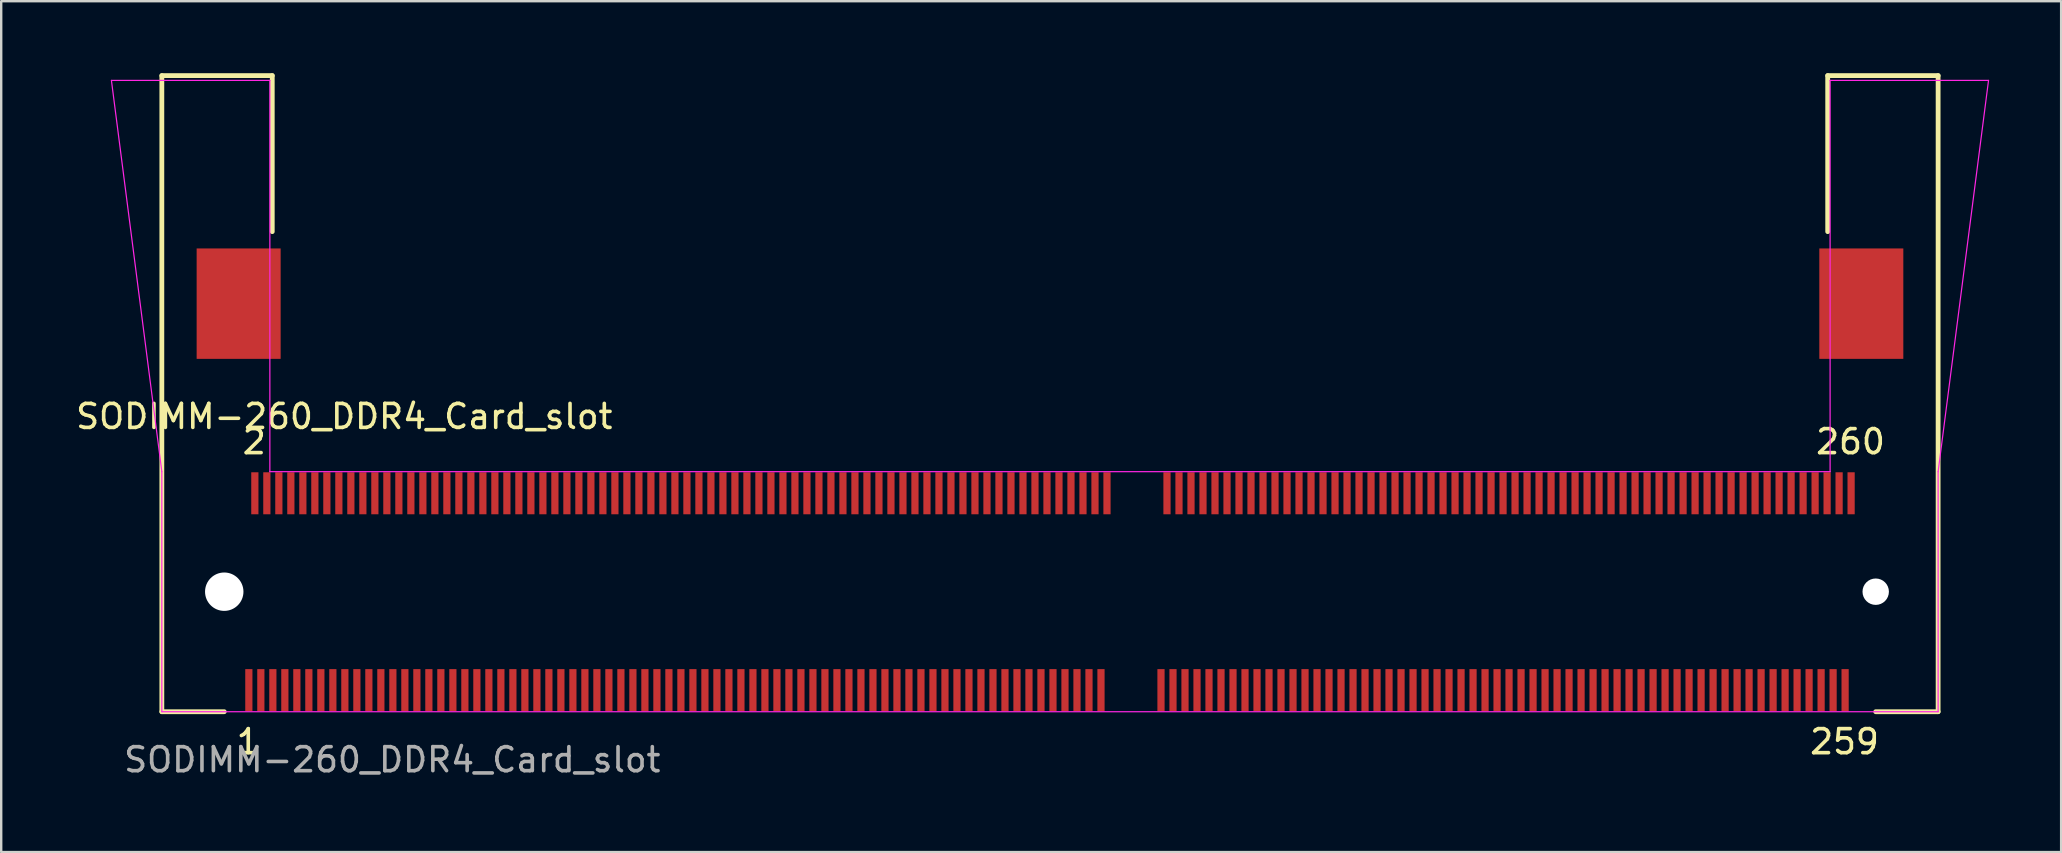
<source format=kicad_pcb>
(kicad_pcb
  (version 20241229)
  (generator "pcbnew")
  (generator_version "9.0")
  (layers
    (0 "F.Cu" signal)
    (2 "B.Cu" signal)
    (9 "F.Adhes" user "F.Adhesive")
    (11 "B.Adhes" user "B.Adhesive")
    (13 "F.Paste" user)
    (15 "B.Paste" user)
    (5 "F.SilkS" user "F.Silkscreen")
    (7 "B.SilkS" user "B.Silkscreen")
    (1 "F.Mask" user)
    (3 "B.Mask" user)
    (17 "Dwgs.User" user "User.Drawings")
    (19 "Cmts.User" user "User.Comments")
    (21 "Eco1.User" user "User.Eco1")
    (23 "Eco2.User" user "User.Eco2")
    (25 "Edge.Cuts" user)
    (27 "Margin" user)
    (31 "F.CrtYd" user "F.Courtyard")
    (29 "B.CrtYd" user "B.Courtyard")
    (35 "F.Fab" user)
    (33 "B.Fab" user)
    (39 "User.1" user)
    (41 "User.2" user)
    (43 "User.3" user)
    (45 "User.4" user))
  (footprint "SODIMM-260_DDR4_Card_slot"
    (layer "F.Cu")
    (at 6.292 21.6)
    (property "Reference" "SODIMM-260_DDR4_Card_slot" (at 5 -7.3 0) (unlocked yes) (layer "F.SilkS") (effects (font (size 1 1) (thickness 0.15))))
    (attr smd)
    (fp_line (start -2.6 -21.5) (end 2 -21.5) (stroke (width 0.2) (type default)) (layer "F.SilkS"))
    (fp_line (start -2.6 5) (end -2.6 -21.5) (stroke (width 0.2) (type default)) (layer "F.SilkS"))
    (fp_line (start 0 5) (end -2.6 5) (stroke (width 0.2) (type default)) (layer "F.SilkS"))
    (fp_line (start 2 -21.5) (end 2 -15) (stroke (width 0.2) (type default)) (layer "F.SilkS"))
    (fp_line (start 66.8 -21.5) (end 66.8 -15) (stroke (width 0.2) (type default)) (layer "F.SilkS"))
    (fp_line (start 66.8 -21.5) (end 71.4 -21.5) (stroke (width 0.2) (type default)) (layer "F.SilkS"))
    (fp_line (start 71.4 5) (end 68.8 5) (stroke (width 0.2) (type default)) (layer "F.SilkS"))
    (fp_line (start 71.4 5) (end 71.4 -21.5) (stroke (width 0.2) (type default)) (layer "F.SilkS"))
    (fp_line (start -4.7 -21.3) (end -2.6 -5) (stroke (width 0.05) (type default)) (layer "F.CrtYd"))
    (fp_line (start -2.6 -5) (end -2.6 5) (stroke (width 0.05) (type default)) (layer "F.CrtYd"))
    (fp_line (start -2.6 5) (end 71.4 5) (stroke (width 0.05) (type default)) (layer "F.CrtYd"))
    (fp_line (start 1.9 -21.3) (end -4.7 -21.3) (stroke (width 0.05) (type default)) (layer "F.CrtYd"))
    (fp_line (start 1.9 -5) (end 1.9 -21.3) (stroke (width 0.05) (type default)) (layer "F.CrtYd"))
    (fp_line (start 66.9 -21.3) (end 66.9 -5) (stroke (width 0.05) (type default)) (layer "F.CrtYd"))
    (fp_line (start 66.9 -5) (end 1.9 -5) (stroke (width 0.05) (type default)) (layer "F.CrtYd"))
    (fp_line (start 71.4 -5) (end 73.5 -21.3) (stroke (width 0.05) (type default)) (layer "F.CrtYd"))
    (fp_line (start 71.4 5) (end 71.4 -5) (stroke (width 0.05) (type default)) (layer "F.CrtYd"))
    (fp_line (start 73.5 -21.3) (end 66.9 -21.3) (stroke (width 0.05) (type default)) (layer "F.CrtYd"))
    (fp_text user "259" (at 67.5 6.25 0) (unlocked yes) (layer "F.SilkS") (effects (font (size 1 1) (thickness 0.15))))
    (fp_text user "1" (at 1 6.25 0) (unlocked yes) (layer "F.SilkS") (effects (font (size 1 1) (thickness 0.15))))
    (fp_text user "260" (at 67.75 -6.25 0) (unlocked yes) (layer "F.SilkS") (effects (font (size 1 1) (thickness 0.15))))
    (fp_text user "2" (at 1.25 -6.25 0) (unlocked yes) (layer "F.SilkS") (effects (font (size 1 1) (thickness 0.15))))
    (fp_text user "${REFERENCE}" (at 7 7 0) (unlocked yes) (layer "F.Fab") (effects (font (size 1 1) (thickness 0.15))))
    (pad "" np_thru_hole circle (at 0 0) (size 1.6 1.6) (drill 1.6) (layers "*.Cu" "*.Mask"))
    (pad "" np_thru_hole circle (at 68.8 0) (size 1.1 1.1) (drill 1.1) (layers "*.Cu" "*.Mask"))
    (pad "1" smd rect (at 1.025 4.1) (size 0.3 1.75) (layers "F.Cu" "F.Mask" "F.Paste"))
    (pad "2" smd rect (at 1.275 -4.1) (size 0.3 1.75) (layers "F.Cu" "F.Mask" "F.Paste"))
    (pad "3" smd rect (at 1.525 4.1) (size 0.3 1.75) (layers "F.Cu" "F.Mask" "F.Paste"))
    (pad "4" smd rect (at 1.775 -4.1) (size 0.3 1.75) (layers "F.Cu" "F.Mask" "F.Paste"))
    (pad "5" smd rect (at 2.025 4.1) (size 0.3 1.75) (layers "F.Cu" "F.Mask" "F.Paste"))
    (pad "6" smd rect (at 2.275 -4.1) (size 0.3 1.75) (layers "F.Cu" "F.Mask" "F.Paste"))
    (pad "7" smd rect (at 2.525 4.1) (size 0.3 1.75) (layers "F.Cu" "F.Mask" "F.Paste"))
    (pad "8" smd rect (at 2.775 -4.1) (size 0.3 1.75) (layers "F.Cu" "F.Mask" "F.Paste"))
    (pad "9" smd rect (at 3.025 4.1) (size 0.3 1.75) (layers "F.Cu" "F.Mask" "F.Paste"))
    (pad "10" smd rect (at 3.275 -4.1) (size 0.3 1.75) (layers "F.Cu" "F.Mask" "F.Paste"))
    (pad "11" smd rect (at 3.525 4.1) (size 0.3 1.75) (layers "F.Cu" "F.Mask" "F.Paste"))
    (pad "12" smd rect (at 3.775 -4.1) (size 0.3 1.75) (layers "F.Cu" "F.Mask" "F.Paste"))
    (pad "13" smd rect (at 4.025 4.1) (size 0.3 1.75) (layers "F.Cu" "F.Mask" "F.Paste"))
    (pad "14" smd rect (at 4.275 -4.1) (size 0.3 1.75) (layers "F.Cu" "F.Mask" "F.Paste"))
    (pad "15" smd rect (at 4.525 4.1) (size 0.3 1.75) (layers "F.Cu" "F.Mask" "F.Paste"))
    (pad "16" smd rect (at 4.775 -4.1) (size 0.3 1.75) (layers "F.Cu" "F.Mask" "F.Paste"))
    (pad "17" smd rect (at 5.025 4.1) (size 0.3 1.75) (layers "F.Cu" "F.Mask" "F.Paste"))
    (pad "18" smd rect (at 5.275 -4.1) (size 0.3 1.75) (layers "F.Cu" "F.Mask" "F.Paste"))
    (pad "19" smd rect (at 5.525 4.1) (size 0.3 1.75) (layers "F.Cu" "F.Mask" "F.Paste"))
    (pad "20" smd rect (at 5.775 -4.1) (size 0.3 1.75) (layers "F.Cu" "F.Mask" "F.Paste"))
    (pad "21" smd rect (at 6.025 4.1) (size 0.3 1.75) (layers "F.Cu" "F.Mask" "F.Paste"))
    (pad "22" smd rect (at 6.275 -4.1) (size 0.3 1.75) (layers "F.Cu" "F.Mask" "F.Paste"))
    (pad "23" smd rect (at 6.525 4.1) (size 0.3 1.75) (layers "F.Cu" "F.Mask" "F.Paste"))
    (pad "24" smd rect (at 6.775 -4.1) (size 0.3 1.75) (layers "F.Cu" "F.Mask" "F.Paste"))
    (pad "25" smd rect (at 7.025 4.1) (size 0.3 1.75) (layers "F.Cu" "F.Mask" "F.Paste"))
    (pad "26" smd rect (at 7.275 -4.1) (size 0.3 1.75) (layers "F.Cu" "F.Mask" "F.Paste"))
    (pad "27" smd rect (at 7.525 4.1) (size 0.3 1.75) (layers "F.Cu" "F.Mask" "F.Paste"))
    (pad "28" smd rect (at 7.775 -4.1) (size 0.3 1.75) (layers "F.Cu" "F.Mask" "F.Paste"))
    (pad "29" smd rect (at 8.025 4.1) (size 0.3 1.75) (layers "F.Cu" "F.Mask" "F.Paste"))
    (pad "30" smd rect (at 8.275 -4.1) (size 0.3 1.75) (layers "F.Cu" "F.Mask" "F.Paste"))
    (pad "31" smd rect (at 8.525 4.1) (size 0.3 1.75) (layers "F.Cu" "F.Mask" "F.Paste"))
    (pad "32" smd rect (at 8.775 -4.1) (size 0.3 1.75) (layers "F.Cu" "F.Mask" "F.Paste"))
    (pad "33" smd rect (at 9.025 4.1) (size 0.3 1.75) (layers "F.Cu" "F.Mask" "F.Paste"))
    (pad "34" smd rect (at 9.275 -4.1) (size 0.3 1.75) (layers "F.Cu" "F.Mask" "F.Paste"))
    (pad "35" smd rect (at 9.525 4.1) (size 0.3 1.75) (layers "F.Cu" "F.Mask" "F.Paste"))
    (pad "36" smd rect (at 9.775 -4.1) (size 0.3 1.75) (layers "F.Cu" "F.Mask" "F.Paste"))
    (pad "37" smd rect (at 10.025 4.1) (size 0.3 1.75) (layers "F.Cu" "F.Mask" "F.Paste"))
    (pad "38" smd rect (at 10.275 -4.1) (size 0.3 1.75) (layers "F.Cu" "F.Mask" "F.Paste"))
    (pad "39" smd rect (at 10.525 4.1) (size 0.3 1.75) (layers "F.Cu" "F.Mask" "F.Paste"))
    (pad "40" smd rect (at 10.775 -4.1) (size 0.3 1.75) (layers "F.Cu" "F.Mask" "F.Paste"))
    (pad "41" smd rect (at 11.025 4.1) (size 0.3 1.75) (layers "F.Cu" "F.Mask" "F.Paste"))
    (pad "42" smd rect (at 11.275 -4.1) (size 0.3 1.75) (layers "F.Cu" "F.Mask" "F.Paste"))
    (pad "43" smd rect (at 11.525 4.1) (size 0.3 1.75) (layers "F.Cu" "F.Mask" "F.Paste"))
    (pad "44" smd rect (at 11.775 -4.1) (size 0.3 1.75) (layers "F.Cu" "F.Mask" "F.Paste"))
    (pad "45" smd rect (at 12.025 4.1) (size 0.3 1.75) (layers "F.Cu" "F.Mask" "F.Paste"))
    (pad "46" smd rect (at 12.275 -4.1) (size 0.3 1.75) (layers "F.Cu" "F.Mask" "F.Paste"))
    (pad "47" smd rect (at 12.525 4.1) (size 0.3 1.75) (layers "F.Cu" "F.Mask" "F.Paste"))
    (pad "48" smd rect (at 12.775 -4.1) (size 0.3 1.75) (layers "F.Cu" "F.Mask" "F.Paste"))
    (pad "49" smd rect (at 13.025 4.1) (size 0.3 1.75) (layers "F.Cu" "F.Mask" "F.Paste"))
    (pad "50" smd rect (at 13.275 -4.1) (size 0.3 1.75) (layers "F.Cu" "F.Mask" "F.Paste"))
    (pad "51" smd rect (at 13.525 4.1) (size 0.3 1.75) (layers "F.Cu" "F.Mask" "F.Paste"))
    (pad "52" smd rect (at 13.775 -4.1) (size 0.3 1.75) (layers "F.Cu" "F.Mask" "F.Paste"))
    (pad "53" smd rect (at 14.025 4.1) (size 0.3 1.75) (layers "F.Cu" "F.Mask" "F.Paste"))
    (pad "54" smd rect (at 14.275 -4.1) (size 0.3 1.75) (layers "F.Cu" "F.Mask" "F.Paste"))
    (pad "55" smd rect (at 14.525 4.1) (size 0.3 1.75) (layers "F.Cu" "F.Mask" "F.Paste"))
    (pad "56" smd rect (at 14.775 -4.1) (size 0.3 1.75) (layers "F.Cu" "F.Mask" "F.Paste"))
    (pad "57" smd rect (at 15.025 4.1) (size 0.3 1.75) (layers "F.Cu" "F.Mask" "F.Paste"))
    (pad "58" smd rect (at 15.275 -4.1) (size 0.3 1.75) (layers "F.Cu" "F.Mask" "F.Paste"))
    (pad "59" smd rect (at 15.525 4.1) (size 0.3 1.75) (layers "F.Cu" "F.Mask" "F.Paste"))
    (pad "60" smd rect (at 15.775 -4.1) (size 0.3 1.75) (layers "F.Cu" "F.Mask" "F.Paste"))
    (pad "61" smd rect (at 16.025 4.1) (size 0.3 1.75) (layers "F.Cu" "F.Mask" "F.Paste"))
    (pad "62" smd rect (at 16.275 -4.1) (size 0.3 1.75) (layers "F.Cu" "F.Mask" "F.Paste"))
    (pad "63" smd rect (at 16.525 4.1) (size 0.3 1.75) (layers "F.Cu" "F.Mask" "F.Paste"))
    (pad "64" smd rect (at 16.775 -4.1) (size 0.3 1.75) (layers "F.Cu" "F.Mask" "F.Paste"))
    (pad "65" smd rect (at 17.025 4.1) (size 0.3 1.75) (layers "F.Cu" "F.Mask" "F.Paste"))
    (pad "66" smd rect (at 17.275 -4.1) (size 0.3 1.75) (layers "F.Cu" "F.Mask" "F.Paste"))
    (pad "67" smd rect (at 17.525 4.1) (size 0.3 1.75) (layers "F.Cu" "F.Mask" "F.Paste"))
    (pad "68" smd rect (at 17.775 -4.1) (size 0.3 1.75) (layers "F.Cu" "F.Mask" "F.Paste"))
    (pad "69" smd rect (at 18.025 4.1) (size 0.3 1.75) (layers "F.Cu" "F.Mask" "F.Paste"))
    (pad "70" smd rect (at 18.275 -4.1) (size 0.3 1.75) (layers "F.Cu" "F.Mask" "F.Paste"))
    (pad "71" smd rect (at 18.525 4.1) (size 0.3 1.75) (layers "F.Cu" "F.Mask" "F.Paste"))
    (pad "72" smd rect (at 18.775 -4.1) (size 0.3 1.75) (layers "F.Cu" "F.Mask" "F.Paste"))
    (pad "73" smd rect (at 19.025 4.1) (size 0.3 1.75) (layers "F.Cu" "F.Mask" "F.Paste"))
    (pad "74" smd rect (at 19.275 -4.1) (size 0.3 1.75) (layers "F.Cu" "F.Mask" "F.Paste"))
    (pad "75" smd rect (at 19.525 4.1) (size 0.3 1.75) (layers "F.Cu" "F.Mask" "F.Paste"))
    (pad "76" smd rect (at 19.775 -4.1) (size 0.3 1.75) (layers "F.Cu" "F.Mask" "F.Paste"))
    (pad "77" smd rect (at 20.025 4.1) (size 0.3 1.75) (layers "F.Cu" "F.Mask" "F.Paste"))
    (pad "78" smd rect (at 20.275 -4.1) (size 0.3 1.75) (layers "F.Cu" "F.Mask" "F.Paste"))
    (pad "79" smd rect (at 20.525 4.1) (size 0.3 1.75) (layers "F.Cu" "F.Mask" "F.Paste"))
    (pad "80" smd rect (at 20.775 -4.1) (size 0.3 1.75) (layers "F.Cu" "F.Mask" "F.Paste"))
    (pad "81" smd rect (at 21.025 4.1) (size 0.3 1.75) (layers "F.Cu" "F.Mask" "F.Paste"))
    (pad "82" smd rect (at 21.275 -4.1) (size 0.3 1.75) (layers "F.Cu" "F.Mask" "F.Paste"))
    (pad "83" smd rect (at 21.525 4.1) (size 0.3 1.75) (layers "F.Cu" "F.Mask" "F.Paste"))
    (pad "84" smd rect (at 21.775 -4.1) (size 0.3 1.75) (layers "F.Cu" "F.Mask" "F.Paste"))
    (pad "85" smd rect (at 22.025 4.1) (size 0.3 1.75) (layers "F.Cu" "F.Mask" "F.Paste"))
    (pad "86" smd rect (at 22.275 -4.1) (size 0.3 1.75) (layers "F.Cu" "F.Mask" "F.Paste"))
    (pad "87" smd rect (at 22.525 4.1) (size 0.3 1.75) (layers "F.Cu" "F.Mask" "F.Paste"))
    (pad "88" smd rect (at 22.775 -4.1) (size 0.3 1.75) (layers "F.Cu" "F.Mask" "F.Paste"))
    (pad "89" smd rect (at 23.025 4.1) (size 0.3 1.75) (layers "F.Cu" "F.Mask" "F.Paste"))
    (pad "90" smd rect (at 23.275 -4.1) (size 0.3 1.75) (layers "F.Cu" "F.Mask" "F.Paste"))
    (pad "91" smd rect (at 23.525 4.1) (size 0.3 1.75) (layers "F.Cu" "F.Mask" "F.Paste"))
    (pad "92" smd rect (at 23.775 -4.1) (size 0.3 1.75) (layers "F.Cu" "F.Mask" "F.Paste"))
    (pad "93" smd rect (at 24.025 4.1) (size 0.3 1.75) (layers "F.Cu" "F.Mask" "F.Paste"))
    (pad "94" smd rect (at 24.275 -4.1) (size 0.3 1.75) (layers "F.Cu" "F.Mask" "F.Paste"))
    (pad "95" smd rect (at 24.525 4.1) (size 0.3 1.75) (layers "F.Cu" "F.Mask" "F.Paste"))
    (pad "96" smd rect (at 24.775 -4.1) (size 0.3 1.75) (layers "F.Cu" "F.Mask" "F.Paste"))
    (pad "97" smd rect (at 25.025 4.1) (size 0.3 1.75) (layers "F.Cu" "F.Mask" "F.Paste"))
    (pad "98" smd rect (at 25.275 -4.1) (size 0.3 1.75) (layers "F.Cu" "F.Mask" "F.Paste"))
    (pad "99" smd rect (at 25.525 4.1) (size 0.3 1.75) (layers "F.Cu" "F.Mask" "F.Paste"))
    (pad "100" smd rect (at 25.775 -4.1) (size 0.3 1.75) (layers "F.Cu" "F.Mask" "F.Paste"))
    (pad "101" smd rect (at 26.025 4.1) (size 0.3 1.75) (layers "F.Cu" "F.Mask" "F.Paste"))
    (pad "102" smd rect (at 26.275 -4.1) (size 0.3 1.75) (layers "F.Cu" "F.Mask" "F.Paste"))
    (pad "103" smd rect (at 26.525 4.1) (size 0.3 1.75) (layers "F.Cu" "F.Mask" "F.Paste"))
    (pad "104" smd rect (at 26.775 -4.1) (size 0.3 1.75) (layers "F.Cu" "F.Mask" "F.Paste"))
    (pad "105" smd rect (at 27.025 4.1) (size 0.3 1.75) (layers "F.Cu" "F.Mask" "F.Paste"))
    (pad "106" smd rect (at 27.275 -4.1) (size 0.3 1.75) (layers "F.Cu" "F.Mask" "F.Paste"))
    (pad "107" smd rect (at 27.525 4.1) (size 0.3 1.75) (layers "F.Cu" "F.Mask" "F.Paste"))
    (pad "108" smd rect (at 27.775 -4.1) (size 0.3 1.75) (layers "F.Cu" "F.Mask" "F.Paste"))
    (pad "109" smd rect (at 28.025 4.1) (size 0.3 1.75) (layers "F.Cu" "F.Mask" "F.Paste"))
    (pad "110" smd rect (at 28.275 -4.1) (size 0.3 1.75) (layers "F.Cu" "F.Mask" "F.Paste"))
    (pad "111" smd rect (at 28.525 4.1) (size 0.3 1.75) (layers "F.Cu" "F.Mask" "F.Paste"))
    (pad "112" smd rect (at 28.775 -4.1) (size 0.3 1.75) (layers "F.Cu" "F.Mask" "F.Paste"))
    (pad "113" smd rect (at 29.025 4.1) (size 0.3 1.75) (layers "F.Cu" "F.Mask" "F.Paste"))
    (pad "114" smd rect (at 29.275 -4.1) (size 0.3 1.75) (layers "F.Cu" "F.Mask" "F.Paste"))
    (pad "115" smd rect (at 29.525 4.1) (size 0.3 1.75) (layers "F.Cu" "F.Mask" "F.Paste"))
    (pad "116" smd rect (at 29.775 -4.1) (size 0.3 1.75) (layers "F.Cu" "F.Mask" "F.Paste"))
    (pad "117" smd rect (at 30.025 4.1) (size 0.3 1.75) (layers "F.Cu" "F.Mask" "F.Paste"))
    (pad "118" smd rect (at 30.275 -4.1) (size 0.3 1.75) (layers "F.Cu" "F.Mask" "F.Paste"))
    (pad "119" smd rect (at 30.525 4.1) (size 0.3 1.75) (layers "F.Cu" "F.Mask" "F.Paste"))
    (pad "120" smd rect (at 30.775 -4.1) (size 0.3 1.75) (layers "F.Cu" "F.Mask" "F.Paste"))
    (pad "121" smd rect (at 31.025 4.1) (size 0.3 1.75) (layers "F.Cu" "F.Mask" "F.Paste"))
    (pad "122" smd rect (at 31.275 -4.1) (size 0.3 1.75) (layers "F.Cu" "F.Mask" "F.Paste"))
    (pad "123" smd rect (at 31.525 4.1) (size 0.3 1.75) (layers "F.Cu" "F.Mask" "F.Paste"))
    (pad "124" smd rect (at 31.775 -4.1) (size 0.3 1.75) (layers "F.Cu" "F.Mask" "F.Paste"))
    (pad "125" smd rect (at 32.025 4.1) (size 0.3 1.75) (layers "F.Cu" "F.Mask" "F.Paste"))
    (pad "126" smd rect (at 32.275 -4.1) (size 0.3 1.75) (layers "F.Cu" "F.Mask" "F.Paste"))
    (pad "127" smd rect (at 32.525 4.1) (size 0.3 1.75) (layers "F.Cu" "F.Mask" "F.Paste"))
    (pad "128" smd rect (at 32.775 -4.1) (size 0.3 1.75) (layers "F.Cu" "F.Mask" "F.Paste"))
    (pad "129" smd rect (at 33.025 4.1) (size 0.3 1.75) (layers "F.Cu" "F.Mask" "F.Paste"))
    (pad "130" smd rect (at 33.275 -4.1) (size 0.3 1.75) (layers "F.Cu" "F.Mask" "F.Paste"))
    (pad "131" smd rect (at 33.525 4.1) (size 0.3 1.75) (layers "F.Cu" "F.Mask" "F.Paste"))
    (pad "132" smd rect (at 33.775 -4.1) (size 0.3 1.75) (layers "F.Cu" "F.Mask" "F.Paste"))
    (pad "133" smd rect (at 34.025 4.1) (size 0.3 1.75) (layers "F.Cu" "F.Mask" "F.Paste"))
    (pad "134" smd rect (at 34.275 -4.1) (size 0.3 1.75) (layers "F.Cu" "F.Mask" "F.Paste"))
    (pad "135" smd rect (at 34.525 4.1) (size 0.3 1.75) (layers "F.Cu" "F.Mask" "F.Paste"))
    (pad "136" smd rect (at 34.775 -4.1) (size 0.3 1.75) (layers "F.Cu" "F.Mask" "F.Paste"))
    (pad "137" smd rect (at 35.025 4.1) (size 0.3 1.75) (layers "F.Cu" "F.Mask" "F.Paste"))
    (pad "138" smd rect (at 35.275 -4.1) (size 0.3 1.75) (layers "F.Cu" "F.Mask" "F.Paste"))
    (pad "139" smd rect (at 35.525 4.1) (size 0.3 1.75) (layers "F.Cu" "F.Mask" "F.Paste"))
    (pad "140" smd rect (at 35.775 -4.1) (size 0.3 1.75) (layers "F.Cu" "F.Mask" "F.Paste"))
    (pad "141" smd rect (at 36.025 4.1) (size 0.3 1.75) (layers "F.Cu" "F.Mask" "F.Paste"))
    (pad "142" smd rect (at 36.275 -4.1) (size 0.3 1.75) (layers "F.Cu" "F.Mask" "F.Paste"))
    (pad "143" smd rect (at 36.525 4.1) (size 0.3 1.75) (layers "F.Cu" "F.Mask" "F.Paste"))
    (pad "144" smd rect (at 36.775 -4.1) (size 0.3 1.75) (layers "F.Cu" "F.Mask" "F.Paste"))
    (pad "145" smd rect (at 39.025 4.1) (size 0.3 1.75) (layers "F.Cu" "F.Mask" "F.Paste"))
    (pad "146" smd rect (at 39.275 -4.1) (size 0.3 1.75) (layers "F.Cu" "F.Mask" "F.Paste"))
    (pad "147" smd rect (at 39.525 4.1) (size 0.3 1.75) (layers "F.Cu" "F.Mask" "F.Paste"))
    (pad "148" smd rect (at 39.775 -4.1) (size 0.3 1.75) (layers "F.Cu" "F.Mask" "F.Paste"))
    (pad "149" smd rect (at 40.025 4.1) (size 0.3 1.75) (layers "F.Cu" "F.Mask" "F.Paste"))
    (pad "150" smd rect (at 40.275 -4.1) (size 0.3 1.75) (layers "F.Cu" "F.Mask" "F.Paste"))
    (pad "151" smd rect (at 40.525 4.1) (size 0.3 1.75) (layers "F.Cu" "F.Mask" "F.Paste"))
    (pad "152" smd rect (at 40.775 -4.1) (size 0.3 1.75) (layers "F.Cu" "F.Mask" "F.Paste"))
    (pad "153" smd rect (at 41.025 4.1) (size 0.3 1.75) (layers "F.Cu" "F.Mask" "F.Paste"))
    (pad "154" smd rect (at 41.275 -4.1) (size 0.3 1.75) (layers "F.Cu" "F.Mask" "F.Paste"))
    (pad "155" smd rect (at 41.525 4.1) (size 0.3 1.75) (layers "F.Cu" "F.Mask" "F.Paste"))
    (pad "156" smd rect (at 41.775 -4.1) (size 0.3 1.75) (layers "F.Cu" "F.Mask" "F.Paste"))
    (pad "157" smd rect (at 42.025 4.1) (size 0.3 1.75) (layers "F.Cu" "F.Mask" "F.Paste"))
    (pad "158" smd rect (at 42.275 -4.1) (size 0.3 1.75) (layers "F.Cu" "F.Mask" "F.Paste"))
    (pad "159" smd rect (at 42.525 4.1) (size 0.3 1.75) (layers "F.Cu" "F.Mask" "F.Paste"))
    (pad "160" smd rect (at 42.775 -4.1) (size 0.3 1.75) (layers "F.Cu" "F.Mask" "F.Paste"))
    (pad "161" smd rect (at 43.025 4.1) (size 0.3 1.75) (layers "F.Cu" "F.Mask" "F.Paste"))
    (pad "162" smd rect (at 43.275 -4.1) (size 0.3 1.75) (layers "F.Cu" "F.Mask" "F.Paste"))
    (pad "163" smd rect (at 43.525 4.1) (size 0.3 1.75) (layers "F.Cu" "F.Mask" "F.Paste"))
    (pad "164" smd rect (at 43.775 -4.1) (size 0.3 1.75) (layers "F.Cu" "F.Mask" "F.Paste"))
    (pad "165" smd rect (at 44.025 4.1) (size 0.3 1.75) (layers "F.Cu" "F.Mask" "F.Paste"))
    (pad "166" smd rect (at 44.275 -4.1) (size 0.3 1.75) (layers "F.Cu" "F.Mask" "F.Paste"))
    (pad "167" smd rect (at 44.525 4.1) (size 0.3 1.75) (layers "F.Cu" "F.Mask" "F.Paste"))
    (pad "168" smd rect (at 44.775 -4.1) (size 0.3 1.75) (layers "F.Cu" "F.Mask" "F.Paste"))
    (pad "169" smd rect (at 45.025 4.1) (size 0.3 1.75) (layers "F.Cu" "F.Mask" "F.Paste"))
    (pad "170" smd rect (at 45.275 -4.1) (size 0.3 1.75) (layers "F.Cu" "F.Mask" "F.Paste"))
    (pad "171" smd rect (at 45.525 4.1) (size 0.3 1.75) (layers "F.Cu" "F.Mask" "F.Paste"))
    (pad "172" smd rect (at 45.775 -4.1) (size 0.3 1.75) (layers "F.Cu" "F.Mask" "F.Paste"))
    (pad "173" smd rect (at 46.025 4.1) (size 0.3 1.75) (layers "F.Cu" "F.Mask" "F.Paste"))
    (pad "174" smd rect (at 46.275 -4.1) (size 0.3 1.75) (layers "F.Cu" "F.Mask" "F.Paste"))
    (pad "175" smd rect (at 46.525 4.1) (size 0.3 1.75) (layers "F.Cu" "F.Mask" "F.Paste"))
    (pad "176" smd rect (at 46.775 -4.1) (size 0.3 1.75) (layers "F.Cu" "F.Mask" "F.Paste"))
    (pad "177" smd rect (at 47.025 4.1) (size 0.3 1.75) (layers "F.Cu" "F.Mask" "F.Paste"))
    (pad "178" smd rect (at 47.275 -4.1) (size 0.3 1.75) (layers "F.Cu" "F.Mask" "F.Paste"))
    (pad "179" smd rect (at 47.525 4.1) (size 0.3 1.75) (layers "F.Cu" "F.Mask" "F.Paste"))
    (pad "180" smd rect (at 47.775 -4.1) (size 0.3 1.75) (layers "F.Cu" "F.Mask" "F.Paste"))
    (pad "181" smd rect (at 48.025 4.1) (size 0.3 1.75) (layers "F.Cu" "F.Mask" "F.Paste"))
    (pad "182" smd rect (at 48.275 -4.1) (size 0.3 1.75) (layers "F.Cu" "F.Mask" "F.Paste"))
    (pad "183" smd rect (at 48.525 4.1) (size 0.3 1.75) (layers "F.Cu" "F.Mask" "F.Paste"))
    (pad "184" smd rect (at 48.775 -4.1) (size 0.3 1.75) (layers "F.Cu" "F.Mask" "F.Paste"))
    (pad "185" smd rect (at 49.025 4.1) (size 0.3 1.75) (layers "F.Cu" "F.Mask" "F.Paste"))
    (pad "186" smd rect (at 49.275 -4.1) (size 0.3 1.75) (layers "F.Cu" "F.Mask" "F.Paste"))
    (pad "187" smd rect (at 49.525 4.1) (size 0.3 1.75) (layers "F.Cu" "F.Mask" "F.Paste"))
    (pad "188" smd rect (at 49.775 -4.1) (size 0.3 1.75) (layers "F.Cu" "F.Mask" "F.Paste"))
    (pad "189" smd rect (at 50.025 4.1) (size 0.3 1.75) (layers "F.Cu" "F.Mask" "F.Paste"))
    (pad "190" smd rect (at 50.275 -4.1) (size 0.3 1.75) (layers "F.Cu" "F.Mask" "F.Paste"))
    (pad "191" smd rect (at 50.525 4.1) (size 0.3 1.75) (layers "F.Cu" "F.Mask" "F.Paste"))
    (pad "192" smd rect (at 50.775 -4.1) (size 0.3 1.75) (layers "F.Cu" "F.Mask" "F.Paste"))
    (pad "193" smd rect (at 51.025 4.1) (size 0.3 1.75) (layers "F.Cu" "F.Mask" "F.Paste"))
    (pad "194" smd rect (at 51.275 -4.1) (size 0.3 1.75) (layers "F.Cu" "F.Mask" "F.Paste"))
    (pad "195" smd rect (at 51.525 4.1) (size 0.3 1.75) (layers "F.Cu" "F.Mask" "F.Paste"))
    (pad "196" smd rect (at 51.775 -4.1) (size 0.3 1.75) (layers "F.Cu" "F.Mask" "F.Paste"))
    (pad "197" smd rect (at 52.025 4.1) (size 0.3 1.75) (layers "F.Cu" "F.Mask" "F.Paste"))
    (pad "198" smd rect (at 52.275 -4.1) (size 0.3 1.75) (layers "F.Cu" "F.Mask" "F.Paste"))
    (pad "199" smd rect (at 52.525 4.1) (size 0.3 1.75) (layers "F.Cu" "F.Mask" "F.Paste"))
    (pad "200" smd rect (at 52.775 -4.1) (size 0.3 1.75) (layers "F.Cu" "F.Mask" "F.Paste"))
    (pad "201" smd rect (at 53.025 4.1) (size 0.3 1.75) (layers "F.Cu" "F.Mask" "F.Paste"))
    (pad "202" smd rect (at 53.275 -4.1) (size 0.3 1.75) (layers "F.Cu" "F.Mask" "F.Paste"))
    (pad "203" smd rect (at 53.525 4.1) (size 0.3 1.75) (layers "F.Cu" "F.Mask" "F.Paste"))
    (pad "204" smd rect (at 53.775 -4.1) (size 0.3 1.75) (layers "F.Cu" "F.Mask" "F.Paste"))
    (pad "205" smd rect (at 54.025 4.1) (size 0.3 1.75) (layers "F.Cu" "F.Mask" "F.Paste"))
    (pad "206" smd rect (at 54.275 -4.1) (size 0.3 1.75) (layers "F.Cu" "F.Mask" "F.Paste"))
    (pad "207" smd rect (at 54.525 4.1) (size 0.3 1.75) (layers "F.Cu" "F.Mask" "F.Paste"))
    (pad "208" smd rect (at 54.775 -4.1) (size 0.3 1.75) (layers "F.Cu" "F.Mask" "F.Paste"))
    (pad "209" smd rect (at 55.025 4.1) (size 0.3 1.75) (layers "F.Cu" "F.Mask" "F.Paste"))
    (pad "210" smd rect (at 55.275 -4.1) (size 0.3 1.75) (layers "F.Cu" "F.Mask" "F.Paste"))
    (pad "211" smd rect (at 55.525 4.1) (size 0.3 1.75) (layers "F.Cu" "F.Mask" "F.Paste"))
    (pad "212" smd rect (at 55.775 -4.1) (size 0.3 1.75) (layers "F.Cu" "F.Mask" "F.Paste"))
    (pad "213" smd rect (at 56.025 4.1) (size 0.3 1.75) (layers "F.Cu" "F.Mask" "F.Paste"))
    (pad "214" smd rect (at 56.275 -4.1) (size 0.3 1.75) (layers "F.Cu" "F.Mask" "F.Paste"))
    (pad "215" smd rect (at 56.525 4.1) (size 0.3 1.75) (layers "F.Cu" "F.Mask" "F.Paste"))
    (pad "216" smd rect (at 56.775 -4.1) (size 0.3 1.75) (layers "F.Cu" "F.Mask" "F.Paste"))
    (pad "217" smd rect (at 57.025 4.1) (size 0.3 1.75) (layers "F.Cu" "F.Mask" "F.Paste"))
    (pad "218" smd rect (at 57.275 -4.1) (size 0.3 1.75) (layers "F.Cu" "F.Mask" "F.Paste"))
    (pad "219" smd rect (at 57.525 4.1) (size 0.3 1.75) (layers "F.Cu" "F.Mask" "F.Paste"))
    (pad "220" smd rect (at 57.775 -4.1) (size 0.3 1.75) (layers "F.Cu" "F.Mask" "F.Paste"))
    (pad "221" smd rect (at 58.025 4.1) (size 0.3 1.75) (layers "F.Cu" "F.Mask" "F.Paste"))
    (pad "222" smd rect (at 58.275 -4.1) (size 0.3 1.75) (layers "F.Cu" "F.Mask" "F.Paste"))
    (pad "223" smd rect (at 58.525 4.1) (size 0.3 1.75) (layers "F.Cu" "F.Mask" "F.Paste"))
    (pad "224" smd rect (at 58.775 -4.1) (size 0.3 1.75) (layers "F.Cu" "F.Mask" "F.Paste"))
    (pad "225" smd rect (at 59.025 4.1) (size 0.3 1.75) (layers "F.Cu" "F.Mask" "F.Paste"))
    (pad "226" smd rect (at 59.275 -4.1) (size 0.3 1.75) (layers "F.Cu" "F.Mask" "F.Paste"))
    (pad "227" smd rect (at 59.525 4.1) (size 0.3 1.75) (layers "F.Cu" "F.Mask" "F.Paste"))
    (pad "228" smd rect (at 59.775 -4.1) (size 0.3 1.75) (layers "F.Cu" "F.Mask" "F.Paste"))
    (pad "229" smd rect (at 60.025 4.1) (size 0.3 1.75) (layers "F.Cu" "F.Mask" "F.Paste"))
    (pad "230" smd rect (at 60.275 -4.1) (size 0.3 1.75) (layers "F.Cu" "F.Mask" "F.Paste"))
    (pad "231" smd rect (at 60.525 4.1) (size 0.3 1.75) (layers "F.Cu" "F.Mask" "F.Paste"))
    (pad "232" smd rect (at 60.775 -4.1) (size 0.3 1.75) (layers "F.Cu" "F.Mask" "F.Paste"))
    (pad "233" smd rect (at 61.025 4.1) (size 0.3 1.75) (layers "F.Cu" "F.Mask" "F.Paste"))
    (pad "234" smd rect (at 61.275 -4.1) (size 0.3 1.75) (layers "F.Cu" "F.Mask" "F.Paste"))
    (pad "235" smd rect (at 61.525 4.1) (size 0.3 1.75) (layers "F.Cu" "F.Mask" "F.Paste"))
    (pad "236" smd rect (at 61.775 -4.1) (size 0.3 1.75) (layers "F.Cu" "F.Mask" "F.Paste"))
    (pad "237" smd rect (at 62.025 4.1) (size 0.3 1.75) (layers "F.Cu" "F.Mask" "F.Paste"))
    (pad "238" smd rect (at 62.275 -4.1) (size 0.3 1.75) (layers "F.Cu" "F.Mask" "F.Paste"))
    (pad "239" smd rect (at 62.525 4.1) (size 0.3 1.75) (layers "F.Cu" "F.Mask" "F.Paste"))
    (pad "240" smd rect (at 62.775 -4.1) (size 0.3 1.75) (layers "F.Cu" "F.Mask" "F.Paste"))
    (pad "241" smd rect (at 63.025 4.1) (size 0.3 1.75) (layers "F.Cu" "F.Mask" "F.Paste"))
    (pad "242" smd rect (at 63.275 -4.1) (size 0.3 1.75) (layers "F.Cu" "F.Mask" "F.Paste"))
    (pad "243" smd rect (at 63.525 4.1) (size 0.3 1.75) (layers "F.Cu" "F.Mask" "F.Paste"))
    (pad "244" smd rect (at 63.775 -4.1) (size 0.3 1.75) (layers "F.Cu" "F.Mask" "F.Paste"))
    (pad "245" smd rect (at 64.025 4.1) (size 0.3 1.75) (layers "F.Cu" "F.Mask" "F.Paste"))
    (pad "246" smd rect (at 64.275 -4.1) (size 0.3 1.75) (layers "F.Cu" "F.Mask" "F.Paste"))
    (pad "247" smd rect (at 64.525 4.1) (size 0.3 1.75) (layers "F.Cu" "F.Mask" "F.Paste"))
    (pad "248" smd rect (at 64.775 -4.1) (size 0.3 1.75) (layers "F.Cu" "F.Mask" "F.Paste"))
    (pad "249" smd rect (at 65.025 4.1) (size 0.3 1.75) (layers "F.Cu" "F.Mask" "F.Paste"))
    (pad "250" smd rect (at 65.275 -4.1) (size 0.3 1.75) (layers "F.Cu" "F.Mask" "F.Paste"))
    (pad "251" smd rect (at 65.525 4.1) (size 0.3 1.75) (layers "F.Cu" "F.Mask" "F.Paste"))
    (pad "252" smd rect (at 65.775 -4.1) (size 0.3 1.75) (layers "F.Cu" "F.Mask" "F.Paste"))
    (pad "253" smd rect (at 66.025 4.1) (size 0.3 1.75) (layers "F.Cu" "F.Mask" "F.Paste"))
    (pad "254" smd rect (at 66.275 -4.1) (size 0.3 1.75) (layers "F.Cu" "F.Mask" "F.Paste"))
    (pad "255" smd rect (at 66.525 4.1) (size 0.3 1.75) (layers "F.Cu" "F.Mask" "F.Paste"))
    (pad "256" smd rect (at 66.775 -4.1) (size 0.3 1.75) (layers "F.Cu" "F.Mask" "F.Paste"))
    (pad "257" smd rect (at 67.025 4.1) (size 0.3 1.75) (layers "F.Cu" "F.Mask" "F.Paste"))
    (pad "258" smd rect (at 67.275 -4.1) (size 0.3 1.75) (layers "F.Cu" "F.Mask" "F.Paste"))
    (pad "259" smd rect (at 67.525 4.1) (size 0.3 1.75) (layers "F.Cu" "F.Mask" "F.Paste"))
    (pad "260" smd rect (at 67.775 -4.1) (size 0.3 1.75) (layers "F.Cu" "F.Mask" "F.Paste"))
    (pad "OF1" smd rect (at 0.6 -12) (size 3.5 4.6) (layers "F.Cu" "F.Mask" "F.Paste"))
    (pad "OF2" smd rect (at 68.2 -12) (size 3.5 4.6) (layers "F.Cu" "F.Mask" "F.Paste")))
  (gr_rect
    (start -3 -3)
    (end 82.817 32.448)
    (stroke (width 0.1) (type default))
    (fill no)
    (layer "Edge.Cuts")))
</source>
